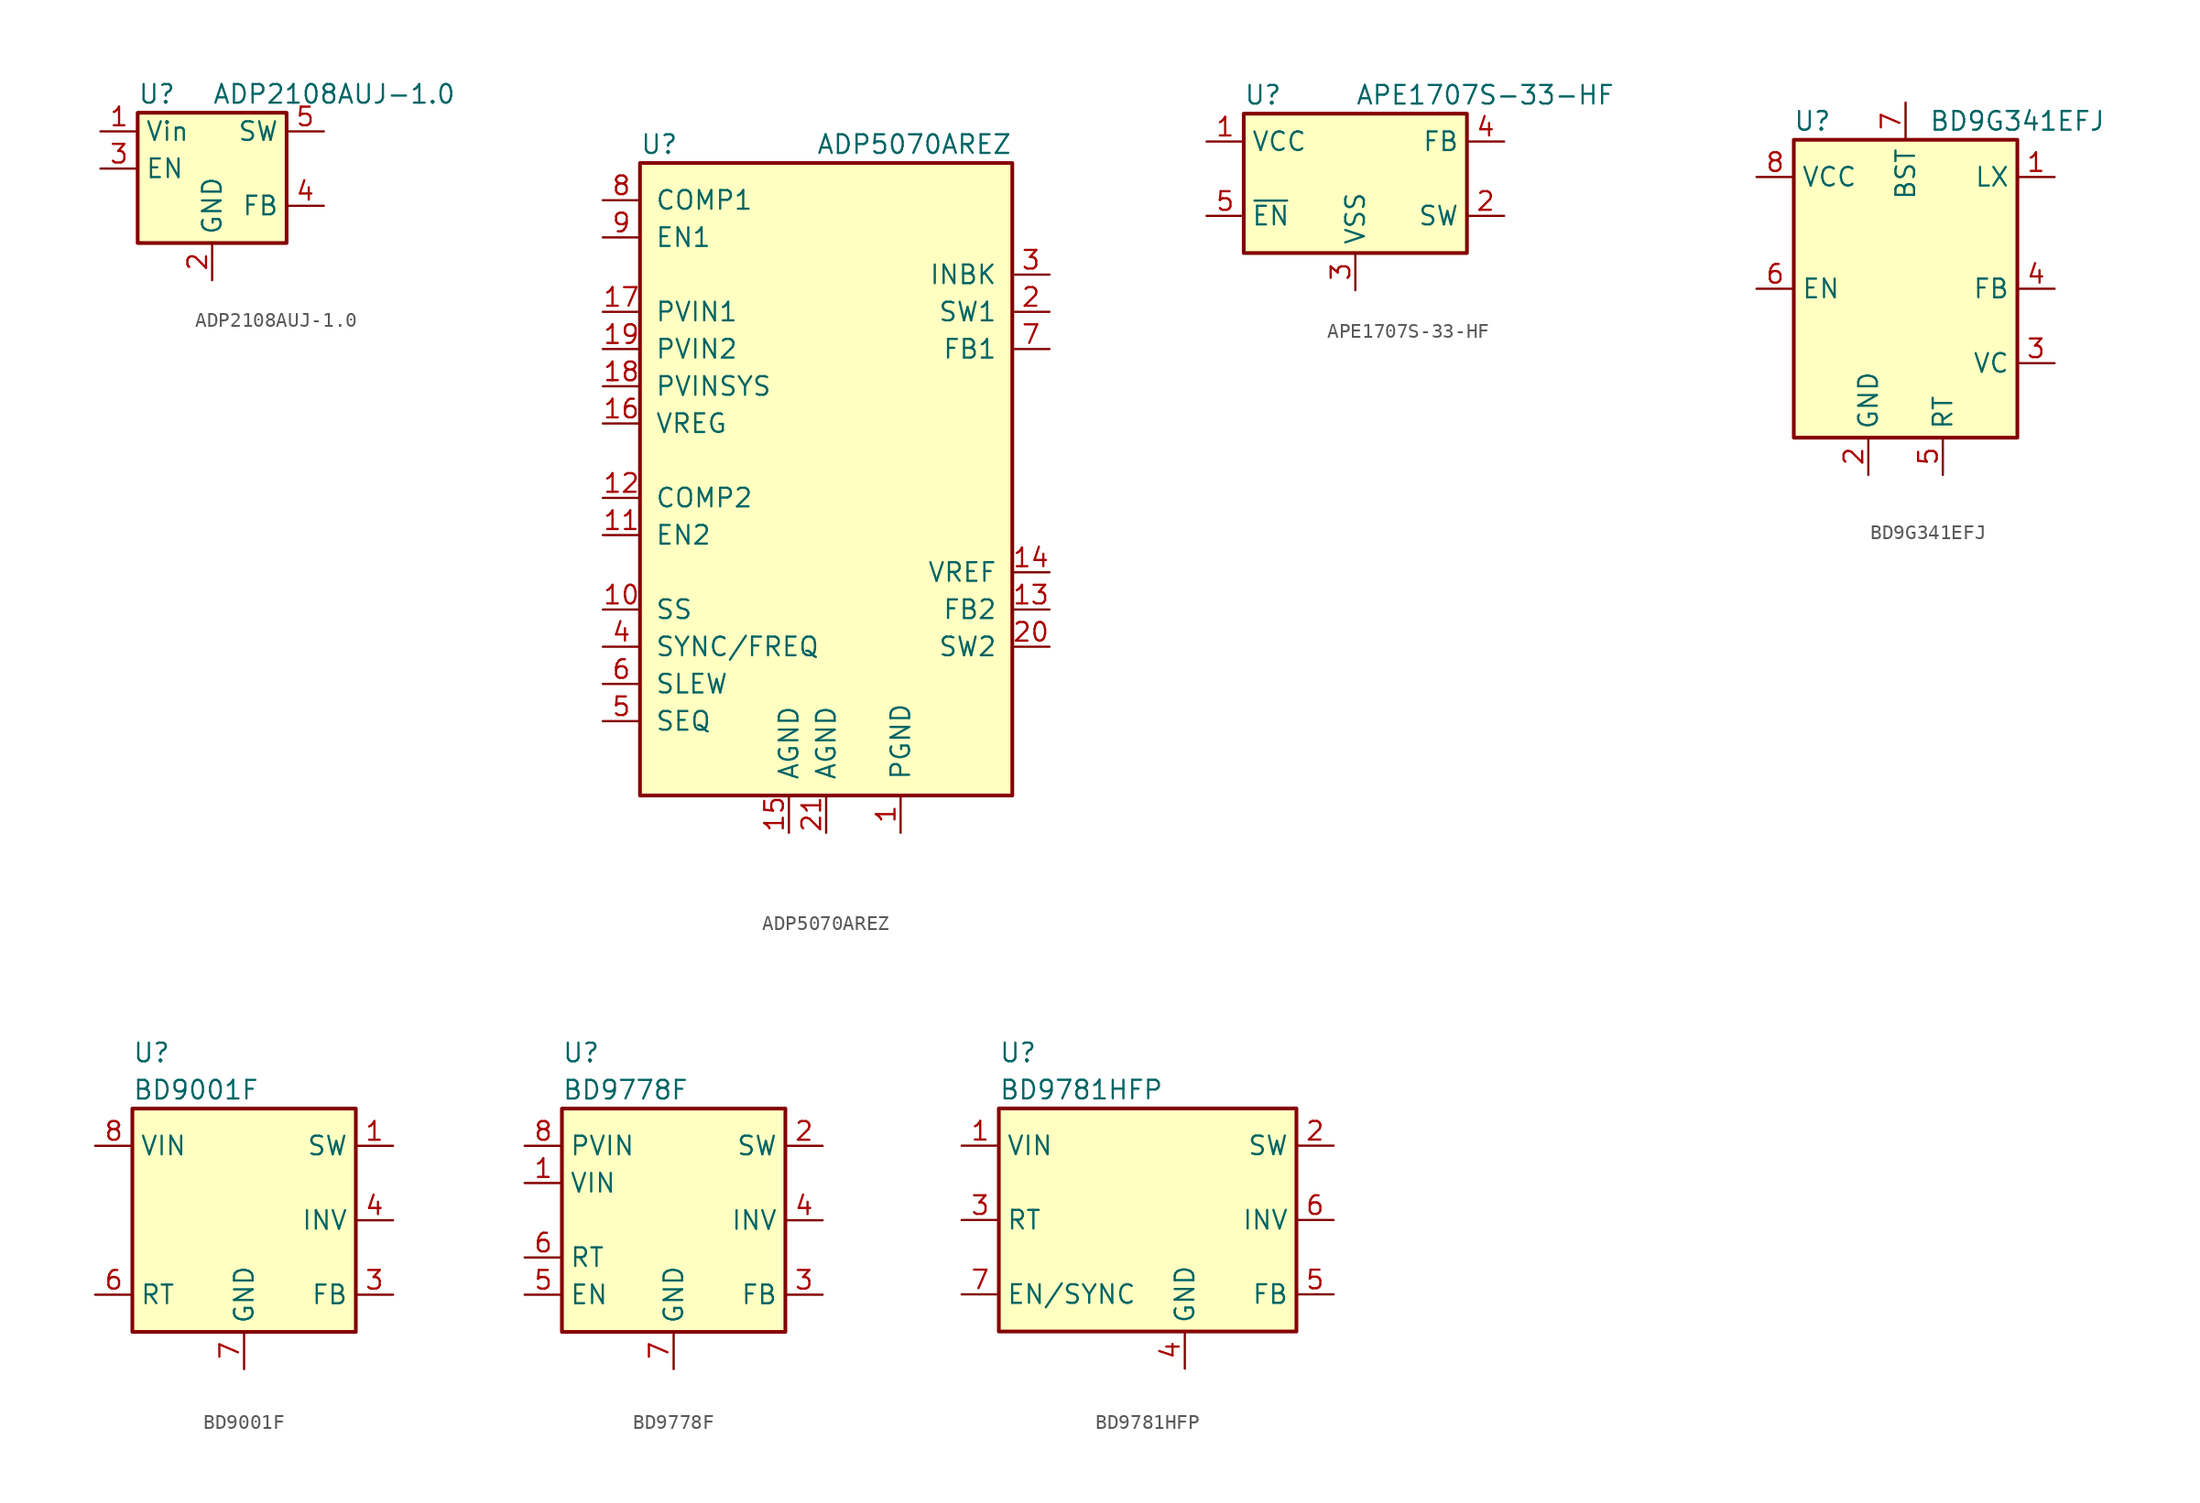
<source format=kicad_sym>
(kicad_symbol_lib
  (version 20201005)
  (generator kicad_symbol_editor)
  (symbol "ADP2108AUJ-1.0"
    (property "Reference" "U"
      (at -5.08 5.08 0)
      (effects (font (size 1.27 1.27)) (justify left)))
    (property "Value" "ADP2108AUJ-1.0"
      (at 0 5.08 0)
      (effects (font (size 1.27 1.27)) (justify left)))
    (symbol "ADP2108AUJ-1.0_0_1"
      (rectangle (start -5.08 3.81) (end 5.08 -5.08) (stroke (width 0.254)) (fill (type background))))
    (symbol "ADP2108AUJ-1.0_1_1"
      (pin power_in line (at -7.62 2.54 0) (length 2.54) (name "Vin" (effects (font (size 1.27 1.27)))) (number "1" (effects (font (size 1.27 1.27)))))
      (pin power_in line (at 0 -7.62 90) (length 2.54) (name "GND" (effects (font (size 1.27 1.27)))) (number "2" (effects (font (size 1.27 1.27)))))
      (pin input line (at -7.62 0 0) (length 2.54) (name "EN" (effects (font (size 1.27 1.27)))) (number "3" (effects (font (size 1.27 1.27)))))
      (pin input line (at 7.62 -2.54 180) (length 2.54) (name "FB" (effects (font (size 1.27 1.27)))) (number "4" (effects (font (size 1.27 1.27)))))
      (pin input line (at 7.62 2.54 180) (length 2.54) (name "SW" (effects (font (size 1.27 1.27)))) (number "5" (effects (font (size 1.27 1.27)))))))
  (symbol "ADP5070AREZ"
    (pin_names
      (offset 1.016))
    (property "Reference" "U"
      (at -12.7 24.13 0)
      (effects (font (size 1.27 1.27)) (justify left)))
    (property "Value" "ADP5070AREZ"
      (at 12.7 24.13 0)
      (effects (font (size 1.27 1.27)) (justify right)))
    (symbol "ADP5070AREZ_0_1"
      (rectangle (start -12.7 22.86) (end 12.7 -20.32) (stroke (width 0.254)) (fill (type background))))
    (symbol "ADP5070AREZ_1_1"
      (pin power_in line (at 5.08 -22.86 90) (length 2.54) (name "PGND" (effects (font (size 1.27 1.27)))) (number "1" (effects (font (size 1.27 1.27)))))
      (pin passive line (at -15.24 -7.62 0) (length 2.54) (name "SS" (effects (font (size 1.27 1.27)))) (number "10" (effects (font (size 1.27 1.27)))))
      (pin input line (at -15.24 -2.54 0) (length 2.54) (name "EN2" (effects (font (size 1.27 1.27)))) (number "11" (effects (font (size 1.27 1.27)))))
      (pin passive line (at -15.24 0 0) (length 2.54) (name "COMP2" (effects (font (size 1.27 1.27)))) (number "12" (effects (font (size 1.27 1.27)))))
      (pin input line (at 15.24 -7.62 180) (length 2.54) (name "FB2" (effects (font (size 1.27 1.27)))) (number "13" (effects (font (size 1.27 1.27)))))
      (pin output line (at 15.24 -5.08 180) (length 2.54) (name "VREF" (effects (font (size 1.27 1.27)))) (number "14" (effects (font (size 1.27 1.27)))))
      (pin power_in line (at -2.54 -22.86 90) (length 2.54) (name "AGND" (effects (font (size 1.27 1.27)))) (number "15" (effects (font (size 1.27 1.27)))))
      (pin output line (at -15.24 5.08 0) (length 2.54) (name "VREG" (effects (font (size 1.27 1.27)))) (number "16" (effects (font (size 1.27 1.27)))))
      (pin power_in line (at -15.24 12.7 0) (length 2.54) (name "PVIN1" (effects (font (size 1.27 1.27)))) (number "17" (effects (font (size 1.27 1.27)))))
      (pin power_in line (at -15.24 7.62 0) (length 2.54) (name "PVINSYS" (effects (font (size 1.27 1.27)))) (number "18" (effects (font (size 1.27 1.27)))))
      (pin power_in line (at -15.24 10.16 0) (length 2.54) (name "PVIN2" (effects (font (size 1.27 1.27)))) (number "19" (effects (font (size 1.27 1.27)))))
      (pin power_out line (at 15.24 12.7 180) (length 2.54) (name "SW1" (effects (font (size 1.27 1.27)))) (number "2" (effects (font (size 1.27 1.27)))))
      (pin power_out line (at 15.24 -10.16 180) (length 2.54) (name "SW2" (effects (font (size 1.27 1.27)))) (number "20" (effects (font (size 1.27 1.27)))))
      (pin power_in line (at 0 -22.86 90) (length 2.54) (name "AGND" (effects (font (size 1.27 1.27)))) (number "21" (effects (font (size 1.27 1.27)))))
      (pin power_out line (at 15.24 15.24 180) (length 2.54) (name "INBK" (effects (font (size 1.27 1.27)))) (number "3" (effects (font (size 1.27 1.27)))))
      (pin input line (at -15.24 -10.16 0) (length 2.54) (name "SYNC/FREQ" (effects (font (size 1.27 1.27)))) (number "4" (effects (font (size 1.27 1.27)))))
      (pin input line (at -15.24 -15.24 0) (length 2.54) (name "SEQ" (effects (font (size 1.27 1.27)))) (number "5" (effects (font (size 1.27 1.27)))))
      (pin input line (at -15.24 -12.7 0) (length 2.54) (name "SLEW" (effects (font (size 1.27 1.27)))) (number "6" (effects (font (size 1.27 1.27)))))
      (pin input line (at 15.24 10.16 180) (length 2.54) (name "FB1" (effects (font (size 1.27 1.27)))) (number "7" (effects (font (size 1.27 1.27)))))
      (pin passive line (at -15.24 20.32 0) (length 2.54) (name "COMP1" (effects (font (size 1.27 1.27)))) (number "8" (effects (font (size 1.27 1.27)))))
      (pin input line (at -15.24 17.78 0) (length 2.54) (name "EN1" (effects (font (size 1.27 1.27)))) (number "9" (effects (font (size 1.27 1.27)))))))
  (symbol "APE1707S-33-HF"
    (property "Reference" "U"
      (at -7.62 5.715 0)
      (effects (font (size 1.27 1.27)) (justify left)))
    (property "Value" "APE1707S-33-HF"
      (at 0 5.715 0)
      (effects (font (size 1.27 1.27)) (justify left)))
    (symbol "APE1707S-33-HF_0_1"
      (rectangle (start -7.62 4.445) (end 7.62 -5.08) (stroke (width 0.254)) (fill (type background))))
    (symbol "APE1707S-33-HF_1_1"
      (pin power_in line (at -10.16 2.54 0) (length 2.54) (name "VCC" (effects (font (size 1.27 1.27)))) (number "1" (effects (font (size 1.27 1.27)))))
      (pin output line (at 10.16 -2.54 180) (length 2.54) (name "SW" (effects (font (size 1.27 1.27)))) (number "2" (effects (font (size 1.27 1.27)))))
      (pin power_in line (at 0 -7.62 90) (length 2.54) (name "VSS" (effects (font (size 1.27 1.27)))) (number "3" (effects (font (size 1.27 1.27)))))
      (pin input line (at 10.16 2.54 180) (length 2.54) (name "FB" (effects (font (size 1.27 1.27)))) (number "4" (effects (font (size 1.27 1.27)))))
      (pin input line (at -10.16 -2.54 0) (length 2.54) (name "~EN~" (effects (font (size 1.27 1.27)))) (number "5" (effects (font (size 1.27 1.27)))))))
  (symbol "BD9G341EFJ"
    (property "Reference" "U"
      (at -6.35 11.43 0)
      (effects (font (size 1.27 1.27))))
    (property "Value" "BD9G341EFJ"
      (at 7.62 11.43 0)
      (effects (font (size 1.27 1.27))))
    (symbol "BD9G341EFJ_0_1"
      (rectangle (start -7.62 10.16) (end 7.62 -10.16) (stroke (width 0.254)) (fill (type background))))
    (symbol "BD9G341EFJ_1_1"
      (pin passive line (at 10.16 7.62 180) (length 2.54) (name "LX" (effects (font (size 1.27 1.27)))) (number "1" (effects (font (size 1.27 1.27)))))
      (pin power_in line (at -2.54 -12.7 90) (length 2.54) (name "GND" (effects (font (size 1.27 1.27)))) (number "2" (effects (font (size 1.27 1.27)))))
      (pin output line (at 10.16 -5.08 180) (length 2.54) (name "VC" (effects (font (size 1.27 1.27)))) (number "3" (effects (font (size 1.27 1.27)))))
      (pin input line (at 10.16 0 180) (length 2.54) (name "FB" (effects (font (size 1.27 1.27)))) (number "4" (effects (font (size 1.27 1.27)))))
      (pin input line (at 2.54 -12.7 90) (length 2.54) (name "RT" (effects (font (size 1.27 1.27)))) (number "5" (effects (font (size 1.27 1.27)))))
      (pin input line (at -10.16 0 0) (length 2.54) (name "EN" (effects (font (size 1.27 1.27)))) (number "6" (effects (font (size 1.27 1.27)))))
      (pin input line (at 0 12.7 270) (length 2.54) (name "BST" (effects (font (size 1.27 1.27)))) (number "7" (effects (font (size 1.27 1.27)))))
      (pin power_in line (at -10.16 7.62 0) (length 2.54) (name "VCC" (effects (font (size 1.27 1.27)))) (number "8" (effects (font (size 1.27 1.27)))))))
  (symbol "BD9001F"
    (property "Reference" "U"
      (at -7.62 11.43 0)
      (effects (font (size 1.27 1.27)) (justify left)))
    (property "Value" "BD9001F"
      (at -7.62 8.89 0)
      (effects (font (size 1.27 1.27)) (justify left)))
    (symbol "BD9001F_0_1"
      (rectangle (start -7.62 7.62) (end 7.62 -7.62) (stroke (width 0.254)) (fill (type background))))
    (symbol "BD9001F_1_1"
      (pin output line (at 10.16 5.08 180) (length 2.54) (name "SW" (effects (font (size 1.27 1.27)))) (number "1" (effects (font (size 1.27 1.27)))))
      (pin no_connect line (at -7.62 0 0) (length 2.54) hide (name "NC" (effects (font (size 1.27 1.27)))) (number "2" (effects (font (size 1.27 1.27)))))
      (pin passive line (at 10.16 -5.08 180) (length 2.54) (name "FB" (effects (font (size 1.27 1.27)))) (number "3" (effects (font (size 1.27 1.27)))))
      (pin input line (at 10.16 0 180) (length 2.54) (name "INV" (effects (font (size 1.27 1.27)))) (number "4" (effects (font (size 1.27 1.27)))))
      (pin passive line (at -10.16 -5.08 0) (length 2.54) (name "RT" (effects (font (size 1.27 1.27)))) (number "6" (effects (font (size 1.27 1.27)))))
      (pin power_in line (at 0 -10.16 90) (length 2.54) (name "GND" (effects (font (size 1.27 1.27)))) (number "7" (effects (font (size 1.27 1.27)))))
      (pin power_in line (at -10.16 5.08 0) (length 2.54) (name "VIN" (effects (font (size 1.27 1.27)))) (number "8" (effects (font (size 1.27 1.27)))))))
  (symbol "BD9778F"
    (property "Reference" "U"
      (at -7.62 11.43 0)
      (effects (font (size 1.27 1.27)) (justify left)))
    (property "Value" "BD9778F"
      (at -7.62 8.89 0)
      (effects (font (size 1.27 1.27)) (justify left)))
    (symbol "BD9778F_0_1"
      (rectangle (start -7.62 7.62) (end 7.62 -7.62) (stroke (width 0.254)) (fill (type background))))
    (symbol "BD9778F_1_1"
      (pin power_in line (at -10.16 2.54 0) (length 2.54) (name "VIN" (effects (font (size 1.27 1.27)))) (number "1" (effects (font (size 1.27 1.27)))))
      (pin output line (at 10.16 5.08 180) (length 2.54) (name "SW" (effects (font (size 1.27 1.27)))) (number "2" (effects (font (size 1.27 1.27)))))
      (pin passive line (at 10.16 -5.08 180) (length 2.54) (name "FB" (effects (font (size 1.27 1.27)))) (number "3" (effects (font (size 1.27 1.27)))))
      (pin input line (at 10.16 0 180) (length 2.54) (name "INV" (effects (font (size 1.27 1.27)))) (number "4" (effects (font (size 1.27 1.27)))))
      (pin passive line (at -10.16 -5.08 0) (length 2.54) (name "EN" (effects (font (size 1.27 1.27)))) (number "5" (effects (font (size 1.27 1.27)))))
      (pin passive line (at -10.16 -2.54 0) (length 2.54) (name "RT" (effects (font (size 1.27 1.27)))) (number "6" (effects (font (size 1.27 1.27)))))
      (pin power_in line (at 0 -10.16 90) (length 2.54) (name "GND" (effects (font (size 1.27 1.27)))) (number "7" (effects (font (size 1.27 1.27)))))
      (pin power_in line (at -10.16 5.08 0) (length 2.54) (name "PVIN" (effects (font (size 1.27 1.27)))) (number "8" (effects (font (size 1.27 1.27)))))))
  (symbol "BD9781HFP"
    (property "Reference" "U"
      (at -10.16 11.43 0)
      (effects (font (size 1.27 1.27)) (justify left)))
    (property "Value" "BD9781HFP"
      (at -10.16 8.89 0)
      (effects (font (size 1.27 1.27)) (justify left)))
    (symbol "BD9781HFP_0_1"
      (rectangle (start -10.16 7.62) (end 10.16 -7.62) (stroke (width 0.254)) (fill (type background))))
    (symbol "BD9781HFP_1_1"
      (pin power_in line (at -12.7 5.08 0) (length 2.54) (name "VIN" (effects (font (size 1.27 1.27)))) (number "1" (effects (font (size 1.27 1.27)))))
      (pin output line (at 12.7 5.08 180) (length 2.54) (name "SW" (effects (font (size 1.27 1.27)))) (number "2" (effects (font (size 1.27 1.27)))))
      (pin passive line (at -12.7 0 0) (length 2.54) (name "RT" (effects (font (size 1.27 1.27)))) (number "3" (effects (font (size 1.27 1.27)))))
      (pin power_in line (at 2.54 -10.16 90) (length 2.54) (name "GND" (effects (font (size 1.27 1.27)))) (number "4" (effects (font (size 1.27 1.27)))))
      (pin passive line (at 12.7 -5.08 180) (length 2.54) (name "FB" (effects (font (size 1.27 1.27)))) (number "5" (effects (font (size 1.27 1.27)))))
      (pin input line (at 12.7 0 180) (length 2.54) (name "INV" (effects (font (size 1.27 1.27)))) (number "6" (effects (font (size 1.27 1.27)))))
      (pin passive line (at -12.7 -5.08 0) (length 2.54) (name "EN/SYNC" (effects (font (size 1.27 1.27)))) (number "7" (effects (font (size 1.27 1.27))))))))
</source>
